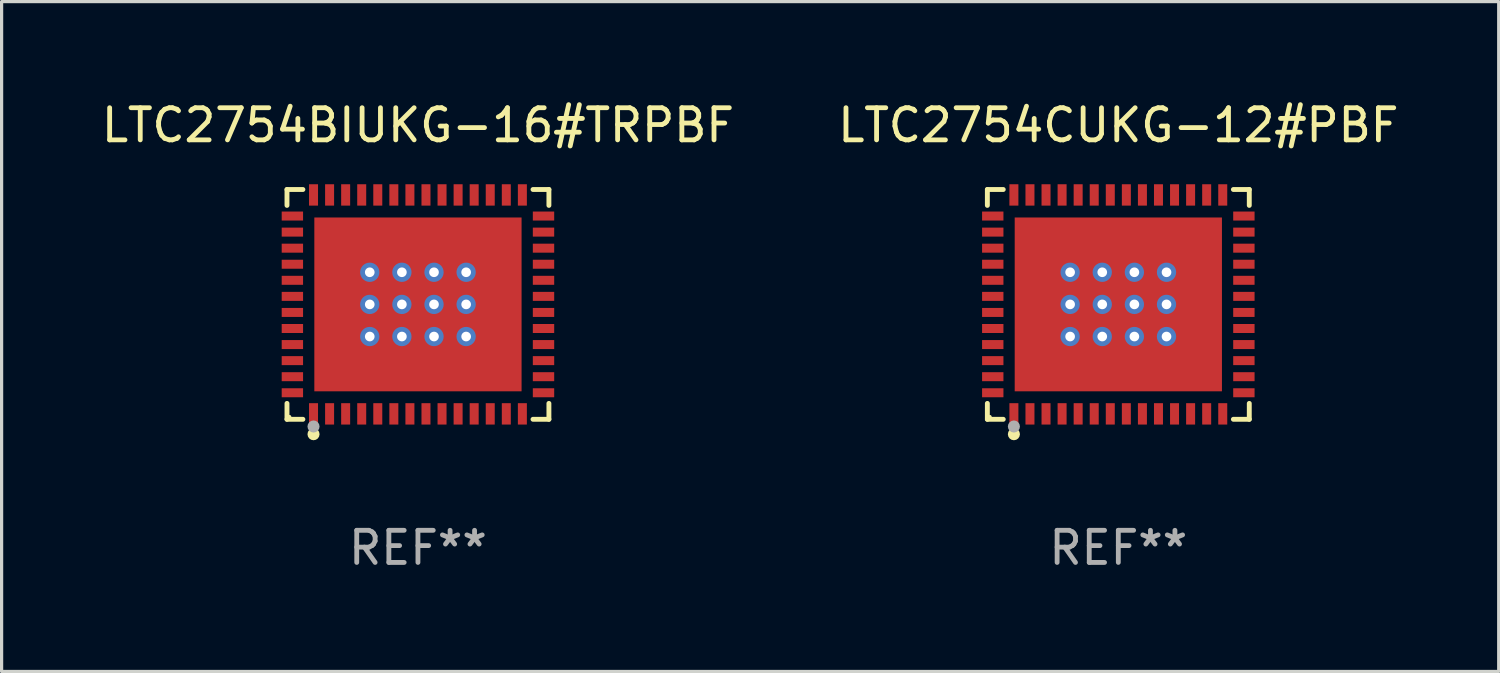
<source format=kicad_pcb>
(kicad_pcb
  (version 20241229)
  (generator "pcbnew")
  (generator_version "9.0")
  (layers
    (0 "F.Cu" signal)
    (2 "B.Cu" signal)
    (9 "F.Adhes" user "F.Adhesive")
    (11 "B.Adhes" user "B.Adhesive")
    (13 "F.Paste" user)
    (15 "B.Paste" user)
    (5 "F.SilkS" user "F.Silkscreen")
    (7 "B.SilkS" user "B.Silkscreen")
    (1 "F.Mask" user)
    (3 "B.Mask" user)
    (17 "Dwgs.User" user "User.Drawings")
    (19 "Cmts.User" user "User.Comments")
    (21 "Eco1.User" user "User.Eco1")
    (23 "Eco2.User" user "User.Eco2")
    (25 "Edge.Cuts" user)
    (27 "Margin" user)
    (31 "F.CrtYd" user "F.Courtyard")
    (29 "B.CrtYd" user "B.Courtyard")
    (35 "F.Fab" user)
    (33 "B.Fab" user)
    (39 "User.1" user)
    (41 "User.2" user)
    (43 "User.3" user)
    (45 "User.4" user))
  (footprint "LTC2754BIUKG-16#TRPBF"
    (layer "F.Cu")
    (at 9.958 6.424)
    (property "Reference" "LTC2754BIUKG-16#TRPBF" (at 0 -5.576 0) (layer "F.SilkS") (effects (font (size 1 1) (thickness 0.15))))
    (attr through_hole)
    (fp_line (start -4.076 -3.576) (end -3.581 -3.576) (stroke (width 0.152) (type solid)) (layer "F.SilkS"))
    (fp_line (start -4.076 -3.081) (end -4.076 -3.576) (stroke (width 0.152) (type solid)) (layer "F.SilkS"))
    (fp_line (start -4.076 3.081) (end -4.076 3.576) (stroke (width 0.152) (type solid)) (layer "F.SilkS"))
    (fp_line (start -4.076 3.576) (end -3.581 3.576) (stroke (width 0.152) (type solid)) (layer "F.SilkS"))
    (fp_line (start 4.076 -3.576) (end 3.581 -3.576) (stroke (width 0.152) (type solid)) (layer "F.SilkS"))
    (fp_line (start 4.076 -3.081) (end 4.076 -3.576) (stroke (width 0.152) (type solid)) (layer "F.SilkS"))
    (fp_line (start 4.076 3.081) (end 4.076 3.576) (stroke (width 0.152) (type solid)) (layer "F.SilkS"))
    (fp_line (start 4.076 3.576) (end 3.581 3.576) (stroke (width 0.152) (type solid)) (layer "F.SilkS"))
    (fp_circle (center -4 3.5) (end -3.97 3.5) (stroke (width 0.06) (type solid)) (fill no) (layer "F.SilkS"))
    (fp_circle (center -3.25 4.04) (end -3.156 4.04) (stroke (width 0.188) (type solid)) (fill no) (layer "F.SilkS"))
    (fp_circle (center -3.25 3.8) (end -3.156 3.8) (stroke (width 0.188) (type solid)) (fill no) (layer "F.Fab"))
    (fp_text user "REF**" (at 0 7.576 0) (layer "F.Fab") (effects (font (size 1 1) (thickness 0.15))))
    (pad "1" smd rect (at -3.25 3.407) (size 0.28 0.665) (layers "F.Cu" "F.Mask" "F.Paste"))
    (pad "2" smd rect (at -2.75 3.407) (size 0.28 0.665) (layers "F.Cu" "F.Mask" "F.Paste"))
    (pad "3" smd rect (at -2.25 3.407) (size 0.28 0.665) (layers "F.Cu" "F.Mask" "F.Paste"))
    (pad "4" smd rect (at -1.75 3.407) (size 0.28 0.665) (layers "F.Cu" "F.Mask" "F.Paste"))
    (pad "5" smd rect (at -1.25 3.407) (size 0.28 0.665) (layers "F.Cu" "F.Mask" "F.Paste"))
    (pad "6" smd rect (at -0.75 3.407) (size 0.28 0.665) (layers "F.Cu" "F.Mask" "F.Paste"))
    (pad "7" smd rect (at -0.25 3.407) (size 0.28 0.665) (layers "F.Cu" "F.Mask" "F.Paste"))
    (pad "8" smd rect (at 0.25 3.407) (size 0.28 0.665) (layers "F.Cu" "F.Mask" "F.Paste"))
    (pad "9" smd rect (at 0.75 3.407) (size 0.28 0.665) (layers "F.Cu" "F.Mask" "F.Paste"))
    (pad "10" smd rect (at 1.25 3.407) (size 0.28 0.665) (layers "F.Cu" "F.Mask" "F.Paste"))
    (pad "11" smd rect (at 1.75 3.407) (size 0.28 0.665) (layers "F.Cu" "F.Mask" "F.Paste"))
    (pad "12" smd rect (at 2.25 3.407) (size 0.28 0.665) (layers "F.Cu" "F.Mask" "F.Paste"))
    (pad "13" smd rect (at 2.75 3.407) (size 0.28 0.665) (layers "F.Cu" "F.Mask" "F.Paste"))
    (pad "14" smd rect (at 3.25 3.407) (size 0.28 0.665) (layers "F.Cu" "F.Mask" "F.Paste"))
    (pad "15" smd rect (at 3.908 2.75) (size 0.665 0.28) (layers "F.Cu" "F.Mask" "F.Paste"))
    (pad "16" smd rect (at 3.908 2.25) (size 0.665 0.28) (layers "F.Cu" "F.Mask" "F.Paste"))
    (pad "17" smd rect (at 3.908 1.75) (size 0.665 0.28) (layers "F.Cu" "F.Mask" "F.Paste"))
    (pad "18" smd rect (at 3.908 1.25) (size 0.665 0.28) (layers "F.Cu" "F.Mask" "F.Paste"))
    (pad "19" smd rect (at 3.908 0.75) (size 0.665 0.28) (layers "F.Cu" "F.Mask" "F.Paste"))
    (pad "20" smd rect (at 3.908 0.25) (size 0.665 0.28) (layers "F.Cu" "F.Mask" "F.Paste"))
    (pad "21" smd rect (at 3.908 -0.25) (size 0.665 0.28) (layers "F.Cu" "F.Mask" "F.Paste"))
    (pad "22" smd rect (at 3.908 -0.75) (size 0.665 0.28) (layers "F.Cu" "F.Mask" "F.Paste"))
    (pad "23" smd rect (at 3.908 -1.25) (size 0.665 0.28) (layers "F.Cu" "F.Mask" "F.Paste"))
    (pad "24" smd rect (at 3.908 -1.75) (size 0.665 0.28) (layers "F.Cu" "F.Mask" "F.Paste"))
    (pad "25" smd rect (at 3.908 -2.25) (size 0.665 0.28) (layers "F.Cu" "F.Mask" "F.Paste"))
    (pad "26" smd rect (at 3.908 -2.75) (size 0.665 0.28) (layers "F.Cu" "F.Mask" "F.Paste"))
    (pad "27" smd rect (at 3.25 -3.407) (size 0.28 0.665) (layers "F.Cu" "F.Mask" "F.Paste"))
    (pad "28" smd rect (at 2.75 -3.407) (size 0.28 0.665) (layers "F.Cu" "F.Mask" "F.Paste"))
    (pad "29" smd rect (at 2.25 -3.407) (size 0.28 0.665) (layers "F.Cu" "F.Mask" "F.Paste"))
    (pad "30" smd rect (at 1.75 -3.407) (size 0.28 0.665) (layers "F.Cu" "F.Mask" "F.Paste"))
    (pad "31" smd rect (at 1.25 -3.407) (size 0.28 0.665) (layers "F.Cu" "F.Mask" "F.Paste"))
    (pad "32" smd rect (at 0.75 -3.407) (size 0.28 0.665) (layers "F.Cu" "F.Mask" "F.Paste"))
    (pad "33" smd rect (at 0.25 -3.407) (size 0.28 0.665) (layers "F.Cu" "F.Mask" "F.Paste"))
    (pad "34" smd rect (at -0.25 -3.407) (size 0.28 0.665) (layers "F.Cu" "F.Mask" "F.Paste"))
    (pad "35" smd rect (at -0.75 -3.407) (size 0.28 0.665) (layers "F.Cu" "F.Mask" "F.Paste"))
    (pad "36" smd rect (at -1.25 -3.407) (size 0.28 0.665) (layers "F.Cu" "F.Mask" "F.Paste"))
    (pad "37" smd rect (at -1.75 -3.407) (size 0.28 0.665) (layers "F.Cu" "F.Mask" "F.Paste"))
    (pad "38" smd rect (at -2.25 -3.407) (size 0.28 0.665) (layers "F.Cu" "F.Mask" "F.Paste"))
    (pad "39" smd rect (at -2.75 -3.407) (size 0.28 0.665) (layers "F.Cu" "F.Mask" "F.Paste"))
    (pad "40" smd rect (at -3.25 -3.407) (size 0.28 0.665) (layers "F.Cu" "F.Mask" "F.Paste"))
    (pad "41" smd rect (at -3.908 -2.75) (size 0.665 0.28) (layers "F.Cu" "F.Mask" "F.Paste"))
    (pad "42" smd rect (at -3.908 -2.25) (size 0.665 0.28) (layers "F.Cu" "F.Mask" "F.Paste"))
    (pad "43" smd rect (at -3.908 -1.75) (size 0.665 0.28) (layers "F.Cu" "F.Mask" "F.Paste"))
    (pad "44" smd rect (at -3.908 -1.25) (size 0.665 0.28) (layers "F.Cu" "F.Mask" "F.Paste"))
    (pad "45" smd rect (at -3.908 -0.75) (size 0.665 0.28) (layers "F.Cu" "F.Mask" "F.Paste"))
    (pad "46" smd rect (at -3.908 -0.25) (size 0.665 0.28) (layers "F.Cu" "F.Mask" "F.Paste"))
    (pad "47" smd rect (at -3.908 0.25) (size 0.665 0.28) (layers "F.Cu" "F.Mask" "F.Paste"))
    (pad "48" smd rect (at -3.908 0.75) (size 0.665 0.28) (layers "F.Cu" "F.Mask" "F.Paste"))
    (pad "49" smd rect (at -3.908 1.25) (size 0.665 0.28) (layers "F.Cu" "F.Mask" "F.Paste"))
    (pad "50" smd rect (at -3.908 1.75) (size 0.665 0.28) (layers "F.Cu" "F.Mask" "F.Paste"))
    (pad "51" smd rect (at -3.908 2.25) (size 0.665 0.28) (layers "F.Cu" "F.Mask" "F.Paste"))
    (pad "52" smd rect (at -3.908 2.75) (size 0.665 0.28) (layers "F.Cu" "F.Mask" "F.Paste"))
    (pad "53" thru_hole circle (at -1.5 -1) (size 0.6 0.6) (drill 0.3) (layers "*.Cu" "*.Mask"))
    (pad "53" thru_hole circle (at -1.5 0) (size 0.6 0.6) (drill 0.3) (layers "*.Cu" "*.Mask"))
    (pad "53" thru_hole circle (at -1.5 1) (size 0.6 0.6) (drill 0.3) (layers "*.Cu" "*.Mask"))
    (pad "53" thru_hole circle (at -0.5 -1) (size 0.6 0.6) (drill 0.3) (layers "*.Cu" "*.Mask"))
    (pad "53" thru_hole circle (at -0.5 0) (size 0.6 0.6) (drill 0.3) (layers "*.Cu" "*.Mask"))
    (pad "53" thru_hole circle (at -0.5 1) (size 0.6 0.6) (drill 0.3) (layers "*.Cu" "*.Mask"))
    (pad "53" smd rect (at 0 0) (size 6.45 5.41) (layers "F.Cu" "F.Mask" "F.Paste"))
    (pad "53" thru_hole circle (at 0.5 -1) (size 0.6 0.6) (drill 0.3) (layers "*.Cu" "*.Mask"))
    (pad "53" thru_hole circle (at 0.5 0) (size 0.6 0.6) (drill 0.3) (layers "*.Cu" "*.Mask"))
    (pad "53" thru_hole circle (at 0.5 1) (size 0.6 0.6) (drill 0.3) (layers "*.Cu" "*.Mask"))
    (pad "53" thru_hole circle (at 1.5 -1) (size 0.6 0.6) (drill 0.3) (layers "*.Cu" "*.Mask"))
    (pad "53" thru_hole circle (at 1.5 0) (size 0.6 0.6) (drill 0.3) (layers "*.Cu" "*.Mask"))
    (pad "53" thru_hole circle (at 1.5 1) (size 0.6 0.6) (drill 0.3) (layers "*.Cu" "*.Mask")))
  (footprint "LTC2754CUKG-12#PBF"
    (layer "F.Cu")
    (at 31.756 6.424)
    (property "Reference" "LTC2754CUKG-12#PBF" (at 0 -5.576 0) (layer "F.SilkS") (effects (font (size 1 1) (thickness 0.15))))
    (attr through_hole)
    (fp_line (start -4.076 -3.576) (end -3.581 -3.576) (stroke (width 0.152) (type solid)) (layer "F.SilkS"))
    (fp_line (start -4.076 -3.081) (end -4.076 -3.576) (stroke (width 0.152) (type solid)) (layer "F.SilkS"))
    (fp_line (start -4.076 3.081) (end -4.076 3.576) (stroke (width 0.152) (type solid)) (layer "F.SilkS"))
    (fp_line (start -4.076 3.576) (end -3.581 3.576) (stroke (width 0.152) (type solid)) (layer "F.SilkS"))
    (fp_line (start 4.076 -3.576) (end 3.581 -3.576) (stroke (width 0.152) (type solid)) (layer "F.SilkS"))
    (fp_line (start 4.076 -3.081) (end 4.076 -3.576) (stroke (width 0.152) (type solid)) (layer "F.SilkS"))
    (fp_line (start 4.076 3.081) (end 4.076 3.576) (stroke (width 0.152) (type solid)) (layer "F.SilkS"))
    (fp_line (start 4.076 3.576) (end 3.581 3.576) (stroke (width 0.152) (type solid)) (layer "F.SilkS"))
    (fp_circle (center -4 3.5) (end -3.97 3.5) (stroke (width 0.06) (type solid)) (fill no) (layer "F.SilkS"))
    (fp_circle (center -3.25 4.04) (end -3.156 4.04) (stroke (width 0.188) (type solid)) (fill no) (layer "F.SilkS"))
    (fp_circle (center -3.25 3.8) (end -3.156 3.8) (stroke (width 0.188) (type solid)) (fill no) (layer "F.Fab"))
    (fp_text user "REF**" (at 0 7.576 0) (layer "F.Fab") (effects (font (size 1 1) (thickness 0.15))))
    (pad "1" smd rect (at -3.25 3.407) (size 0.28 0.665) (layers "F.Cu" "F.Mask" "F.Paste"))
    (pad "2" smd rect (at -2.75 3.407) (size 0.28 0.665) (layers "F.Cu" "F.Mask" "F.Paste"))
    (pad "3" smd rect (at -2.25 3.407) (size 0.28 0.665) (layers "F.Cu" "F.Mask" "F.Paste"))
    (pad "4" smd rect (at -1.75 3.407) (size 0.28 0.665) (layers "F.Cu" "F.Mask" "F.Paste"))
    (pad "5" smd rect (at -1.25 3.407) (size 0.28 0.665) (layers "F.Cu" "F.Mask" "F.Paste"))
    (pad "6" smd rect (at -0.75 3.407) (size 0.28 0.665) (layers "F.Cu" "F.Mask" "F.Paste"))
    (pad "7" smd rect (at -0.25 3.407) (size 0.28 0.665) (layers "F.Cu" "F.Mask" "F.Paste"))
    (pad "8" smd rect (at 0.25 3.407) (size 0.28 0.665) (layers "F.Cu" "F.Mask" "F.Paste"))
    (pad "9" smd rect (at 0.75 3.407) (size 0.28 0.665) (layers "F.Cu" "F.Mask" "F.Paste"))
    (pad "10" smd rect (at 1.25 3.407) (size 0.28 0.665) (layers "F.Cu" "F.Mask" "F.Paste"))
    (pad "11" smd rect (at 1.75 3.407) (size 0.28 0.665) (layers "F.Cu" "F.Mask" "F.Paste"))
    (pad "12" smd rect (at 2.25 3.407) (size 0.28 0.665) (layers "F.Cu" "F.Mask" "F.Paste"))
    (pad "13" smd rect (at 2.75 3.407) (size 0.28 0.665) (layers "F.Cu" "F.Mask" "F.Paste"))
    (pad "14" smd rect (at 3.25 3.407) (size 0.28 0.665) (layers "F.Cu" "F.Mask" "F.Paste"))
    (pad "15" smd rect (at 3.908 2.75) (size 0.665 0.28) (layers "F.Cu" "F.Mask" "F.Paste"))
    (pad "16" smd rect (at 3.908 2.25) (size 0.665 0.28) (layers "F.Cu" "F.Mask" "F.Paste"))
    (pad "17" smd rect (at 3.908 1.75) (size 0.665 0.28) (layers "F.Cu" "F.Mask" "F.Paste"))
    (pad "18" smd rect (at 3.908 1.25) (size 0.665 0.28) (layers "F.Cu" "F.Mask" "F.Paste"))
    (pad "19" smd rect (at 3.908 0.75) (size 0.665 0.28) (layers "F.Cu" "F.Mask" "F.Paste"))
    (pad "20" smd rect (at 3.908 0.25) (size 0.665 0.28) (layers "F.Cu" "F.Mask" "F.Paste"))
    (pad "21" smd rect (at 3.908 -0.25) (size 0.665 0.28) (layers "F.Cu" "F.Mask" "F.Paste"))
    (pad "22" smd rect (at 3.908 -0.75) (size 0.665 0.28) (layers "F.Cu" "F.Mask" "F.Paste"))
    (pad "23" smd rect (at 3.908 -1.25) (size 0.665 0.28) (layers "F.Cu" "F.Mask" "F.Paste"))
    (pad "24" smd rect (at 3.908 -1.75) (size 0.665 0.28) (layers "F.Cu" "F.Mask" "F.Paste"))
    (pad "25" smd rect (at 3.908 -2.25) (size 0.665 0.28) (layers "F.Cu" "F.Mask" "F.Paste"))
    (pad "26" smd rect (at 3.908 -2.75) (size 0.665 0.28) (layers "F.Cu" "F.Mask" "F.Paste"))
    (pad "27" smd rect (at 3.25 -3.407) (size 0.28 0.665) (layers "F.Cu" "F.Mask" "F.Paste"))
    (pad "28" smd rect (at 2.75 -3.407) (size 0.28 0.665) (layers "F.Cu" "F.Mask" "F.Paste"))
    (pad "29" smd rect (at 2.25 -3.407) (size 0.28 0.665) (layers "F.Cu" "F.Mask" "F.Paste"))
    (pad "30" smd rect (at 1.75 -3.407) (size 0.28 0.665) (layers "F.Cu" "F.Mask" "F.Paste"))
    (pad "31" smd rect (at 1.25 -3.407) (size 0.28 0.665) (layers "F.Cu" "F.Mask" "F.Paste"))
    (pad "32" smd rect (at 0.75 -3.407) (size 0.28 0.665) (layers "F.Cu" "F.Mask" "F.Paste"))
    (pad "33" smd rect (at 0.25 -3.407) (size 0.28 0.665) (layers "F.Cu" "F.Mask" "F.Paste"))
    (pad "34" smd rect (at -0.25 -3.407) (size 0.28 0.665) (layers "F.Cu" "F.Mask" "F.Paste"))
    (pad "35" smd rect (at -0.75 -3.407) (size 0.28 0.665) (layers "F.Cu" "F.Mask" "F.Paste"))
    (pad "36" smd rect (at -1.25 -3.407) (size 0.28 0.665) (layers "F.Cu" "F.Mask" "F.Paste"))
    (pad "37" smd rect (at -1.75 -3.407) (size 0.28 0.665) (layers "F.Cu" "F.Mask" "F.Paste"))
    (pad "38" smd rect (at -2.25 -3.407) (size 0.28 0.665) (layers "F.Cu" "F.Mask" "F.Paste"))
    (pad "39" smd rect (at -2.75 -3.407) (size 0.28 0.665) (layers "F.Cu" "F.Mask" "F.Paste"))
    (pad "40" smd rect (at -3.25 -3.407) (size 0.28 0.665) (layers "F.Cu" "F.Mask" "F.Paste"))
    (pad "41" smd rect (at -3.908 -2.75) (size 0.665 0.28) (layers "F.Cu" "F.Mask" "F.Paste"))
    (pad "42" smd rect (at -3.908 -2.25) (size 0.665 0.28) (layers "F.Cu" "F.Mask" "F.Paste"))
    (pad "43" smd rect (at -3.908 -1.75) (size 0.665 0.28) (layers "F.Cu" "F.Mask" "F.Paste"))
    (pad "44" smd rect (at -3.908 -1.25) (size 0.665 0.28) (layers "F.Cu" "F.Mask" "F.Paste"))
    (pad "45" smd rect (at -3.908 -0.75) (size 0.665 0.28) (layers "F.Cu" "F.Mask" "F.Paste"))
    (pad "46" smd rect (at -3.908 -0.25) (size 0.665 0.28) (layers "F.Cu" "F.Mask" "F.Paste"))
    (pad "47" smd rect (at -3.908 0.25) (size 0.665 0.28) (layers "F.Cu" "F.Mask" "F.Paste"))
    (pad "48" smd rect (at -3.908 0.75) (size 0.665 0.28) (layers "F.Cu" "F.Mask" "F.Paste"))
    (pad "49" smd rect (at -3.908 1.25) (size 0.665 0.28) (layers "F.Cu" "F.Mask" "F.Paste"))
    (pad "50" smd rect (at -3.908 1.75) (size 0.665 0.28) (layers "F.Cu" "F.Mask" "F.Paste"))
    (pad "51" smd rect (at -3.908 2.25) (size 0.665 0.28) (layers "F.Cu" "F.Mask" "F.Paste"))
    (pad "52" smd rect (at -3.908 2.75) (size 0.665 0.28) (layers "F.Cu" "F.Mask" "F.Paste"))
    (pad "53" thru_hole circle (at -1.5 -1) (size 0.6 0.6) (drill 0.3) (layers "*.Cu" "*.Mask"))
    (pad "53" thru_hole circle (at -1.5 0) (size 0.6 0.6) (drill 0.3) (layers "*.Cu" "*.Mask"))
    (pad "53" thru_hole circle (at -1.5 1) (size 0.6 0.6) (drill 0.3) (layers "*.Cu" "*.Mask"))
    (pad "53" thru_hole circle (at -0.5 -1) (size 0.6 0.6) (drill 0.3) (layers "*.Cu" "*.Mask"))
    (pad "53" thru_hole circle (at -0.5 0) (size 0.6 0.6) (drill 0.3) (layers "*.Cu" "*.Mask"))
    (pad "53" thru_hole circle (at -0.5 1) (size 0.6 0.6) (drill 0.3) (layers "*.Cu" "*.Mask"))
    (pad "53" smd rect (at 0 0) (size 6.45 5.41) (layers "F.Cu" "F.Mask" "F.Paste"))
    (pad "53" thru_hole circle (at 0.5 -1) (size 0.6 0.6) (drill 0.3) (layers "*.Cu" "*.Mask"))
    (pad "53" thru_hole circle (at 0.5 0) (size 0.6 0.6) (drill 0.3) (layers "*.Cu" "*.Mask"))
    (pad "53" thru_hole circle (at 0.5 1) (size 0.6 0.6) (drill 0.3) (layers "*.Cu" "*.Mask"))
    (pad "53" thru_hole circle (at 1.5 -1) (size 0.6 0.6) (drill 0.3) (layers "*.Cu" "*.Mask"))
    (pad "53" thru_hole circle (at 1.5 0) (size 0.6 0.6) (drill 0.3) (layers "*.Cu" "*.Mask"))
    (pad "53" thru_hole circle (at 1.5 1) (size 0.6 0.6) (drill 0.3) (layers "*.Cu" "*.Mask")))
  (gr_rect
    (start -3 -3)
    (end 43.595 17.849)
    (stroke (width 0.1) (type default))
    (fill no)
    (layer "Edge.Cuts")))
</source>
